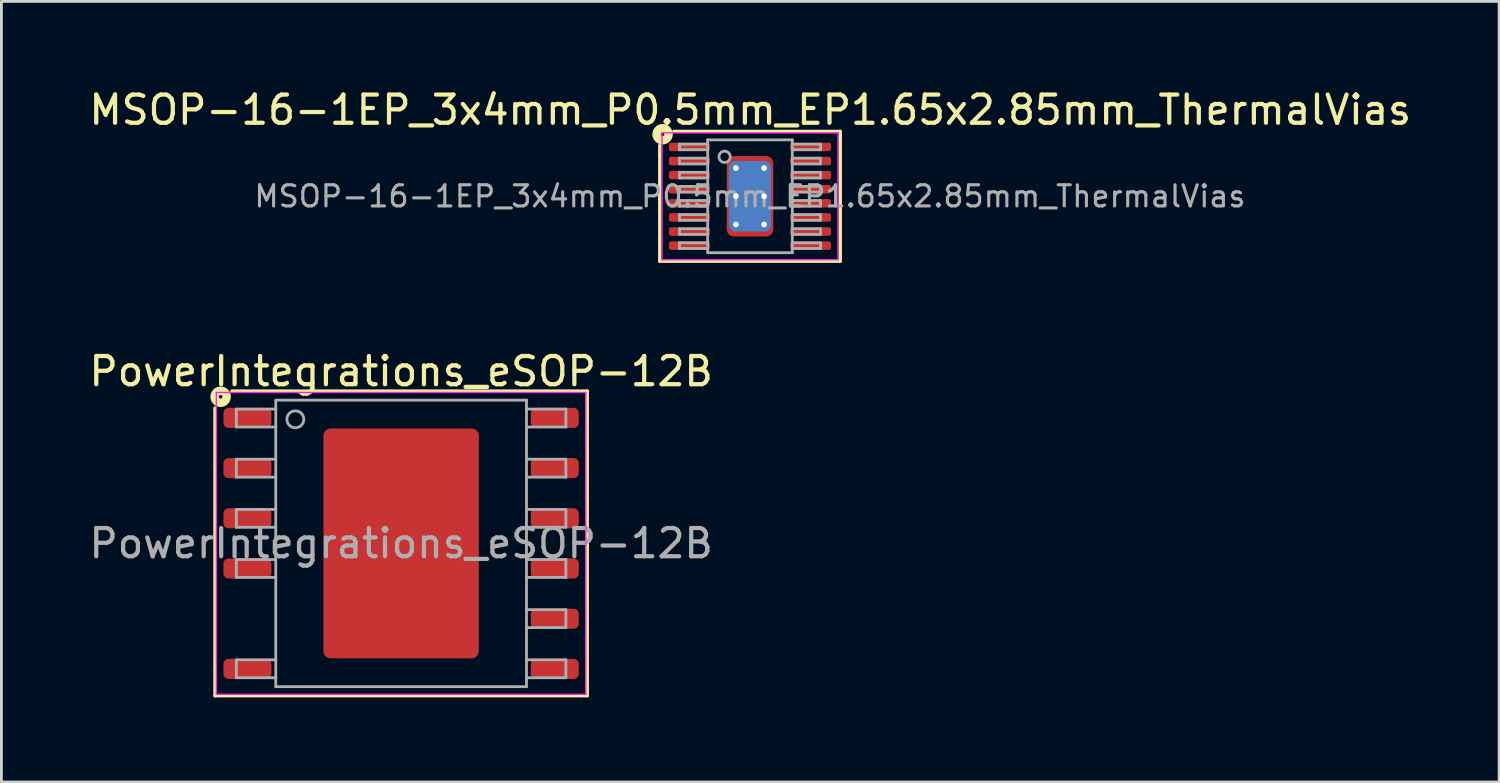
<source format=kicad_pcb>
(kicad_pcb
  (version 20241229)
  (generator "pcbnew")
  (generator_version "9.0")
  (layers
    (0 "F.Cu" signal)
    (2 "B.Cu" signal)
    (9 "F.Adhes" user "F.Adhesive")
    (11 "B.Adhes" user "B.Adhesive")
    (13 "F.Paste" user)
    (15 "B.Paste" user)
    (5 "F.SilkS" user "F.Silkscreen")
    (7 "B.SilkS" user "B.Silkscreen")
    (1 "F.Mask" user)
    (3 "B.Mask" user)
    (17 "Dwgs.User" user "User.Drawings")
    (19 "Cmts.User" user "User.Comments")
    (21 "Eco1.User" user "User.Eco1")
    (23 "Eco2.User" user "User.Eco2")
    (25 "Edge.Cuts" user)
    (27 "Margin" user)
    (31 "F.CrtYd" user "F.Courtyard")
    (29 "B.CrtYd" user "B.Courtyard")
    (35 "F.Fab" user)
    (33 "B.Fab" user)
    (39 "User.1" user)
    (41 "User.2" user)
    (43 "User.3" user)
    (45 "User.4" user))
  (footprint "MSOP-16-1EP_3x4mm_P0.5mm_EP1.65x2.85mm_ThermalVias"
    (layer "F.Cu")
    (at 23.544 3.91)
    (property "Reference" "MSOP-16-1EP_3x4mm_P0.5mm_EP1.65x2.85mm_ThermalVias" (at 0.009 -3.062 0) (layer "F.SilkS") (effects (font (size 1 1) (thickness 0.15))))
    (attr smd)
    (fp_line (start -3.2 2.3) (end -3.2 -1.8) (stroke (width 0.12) (type solid)) (layer "F.SilkS"))
    (fp_line (start -2.7 -2.3) (end 3.2 -2.3) (stroke (width 0.12) (type solid)) (layer "F.SilkS"))
    (fp_line (start 3.2 -2.3) (end 3.2 2.3) (stroke (width 0.12) (type solid)) (layer "F.SilkS"))
    (fp_line (start 3.2 2.3) (end -3.2 2.3) (stroke (width 0.12) (type solid)) (layer "F.SilkS"))
    (fp_circle (center -3.1 -2.2) (end -3.037 -2.2) (stroke (width 0.3) (type solid)) (fill no) (layer "F.SilkS"))
    (fp_line (start -3.12 -2.25) (end -3.12 2.25) (stroke (width 0.05) (type solid)) (layer "F.CrtYd"))
    (fp_line (start -3.12 2.25) (end 3.12 2.25) (stroke (width 0.05) (type solid)) (layer "F.CrtYd"))
    (fp_line (start 3.12 -2.25) (end -3.12 -2.25) (stroke (width 0.05) (type solid)) (layer "F.CrtYd"))
    (fp_line (start 3.12 2.25) (end 3.12 -2.25) (stroke (width 0.05) (type solid)) (layer "F.CrtYd"))
    (fp_line (start -2.5 -1.85) (end -2.5 -1.65) (stroke (width 0.1) (type solid)) (layer "F.Fab"))
    (fp_line (start -2.5 -1.85) (end -1.5 -1.85) (stroke (width 0.1) (type solid)) (layer "F.Fab"))
    (fp_line (start -2.5 -1.65) (end -1.5 -1.65) (stroke (width 0.1) (type solid)) (layer "F.Fab"))
    (fp_line (start -2.5 -1.35) (end -2.5 -1.15) (stroke (width 0.1) (type solid)) (layer "F.Fab"))
    (fp_line (start -2.5 -1.35) (end -1.5 -1.35) (stroke (width 0.1) (type solid)) (layer "F.Fab"))
    (fp_line (start -2.5 -1.15) (end -1.5 -1.15) (stroke (width 0.1) (type solid)) (layer "F.Fab"))
    (fp_line (start -2.5 -0.85) (end -2.5 -0.65) (stroke (width 0.1) (type solid)) (layer "F.Fab"))
    (fp_line (start -2.5 -0.85) (end -1.5 -0.85) (stroke (width 0.1) (type solid)) (layer "F.Fab"))
    (fp_line (start -2.5 -0.65) (end -1.5 -0.65) (stroke (width 0.1) (type solid)) (layer "F.Fab"))
    (fp_line (start -2.5 -0.35) (end -2.5 -0.15) (stroke (width 0.1) (type solid)) (layer "F.Fab"))
    (fp_line (start -2.5 -0.35) (end -1.5 -0.35) (stroke (width 0.1) (type solid)) (layer "F.Fab"))
    (fp_line (start -2.5 -0.15) (end -1.5 -0.15) (stroke (width 0.1) (type solid)) (layer "F.Fab"))
    (fp_line (start -2.5 0.15) (end -2.5 0.35) (stroke (width 0.1) (type solid)) (layer "F.Fab"))
    (fp_line (start -2.5 0.15) (end -1.5 0.15) (stroke (width 0.1) (type solid)) (layer "F.Fab"))
    (fp_line (start -2.5 0.35) (end -1.5 0.35) (stroke (width 0.1) (type solid)) (layer "F.Fab"))
    (fp_line (start -2.5 0.65) (end -2.5 0.85) (stroke (width 0.1) (type solid)) (layer "F.Fab"))
    (fp_line (start -2.5 0.65) (end -1.5 0.65) (stroke (width 0.1) (type solid)) (layer "F.Fab"))
    (fp_line (start -2.5 0.85) (end -1.5 0.85) (stroke (width 0.1) (type solid)) (layer "F.Fab"))
    (fp_line (start -2.5 1.15) (end -2.5 1.35) (stroke (width 0.1) (type solid)) (layer "F.Fab"))
    (fp_line (start -2.5 1.15) (end -1.5 1.15) (stroke (width 0.1) (type solid)) (layer "F.Fab"))
    (fp_line (start -2.5 1.35) (end -1.5 1.35) (stroke (width 0.1) (type solid)) (layer "F.Fab"))
    (fp_line (start -2.5 1.65) (end -2.5 1.85) (stroke (width 0.1) (type solid)) (layer "F.Fab"))
    (fp_line (start -2.5 1.65) (end -1.5 1.65) (stroke (width 0.1) (type solid)) (layer "F.Fab"))
    (fp_line (start -2.5 1.85) (end -1.5 1.85) (stroke (width 0.1) (type solid)) (layer "F.Fab"))
    (fp_line (start -1.5 -2) (end 1.5 -2) (stroke (width 0.1) (type solid)) (layer "F.Fab"))
    (fp_line (start -1.5 2) (end -1.5 -2) (stroke (width 0.1) (type solid)) (layer "F.Fab"))
    (fp_line (start 1.5 -2) (end 1.5 2) (stroke (width 0.1) (type solid)) (layer "F.Fab"))
    (fp_line (start 1.5 2) (end -1.5 2) (stroke (width 0.1) (type solid)) (layer "F.Fab"))
    (fp_line (start 2.5 -1.85) (end 1.5 -1.85) (stroke (width 0.1) (type solid)) (layer "F.Fab"))
    (fp_line (start 2.5 -1.65) (end 1.5 -1.65) (stroke (width 0.1) (type solid)) (layer "F.Fab"))
    (fp_line (start 2.5 -1.65) (end 2.5 -1.85) (stroke (width 0.1) (type solid)) (layer "F.Fab"))
    (fp_line (start 2.5 -1.35) (end 1.5 -1.35) (stroke (width 0.1) (type solid)) (layer "F.Fab"))
    (fp_line (start 2.5 -1.15) (end 1.5 -1.15) (stroke (width 0.1) (type solid)) (layer "F.Fab"))
    (fp_line (start 2.5 -1.15) (end 2.5 -1.35) (stroke (width 0.1) (type solid)) (layer "F.Fab"))
    (fp_line (start 2.5 -0.85) (end 1.5 -0.85) (stroke (width 0.1) (type solid)) (layer "F.Fab"))
    (fp_line (start 2.5 -0.65) (end 1.5 -0.65) (stroke (width 0.1) (type solid)) (layer "F.Fab"))
    (fp_line (start 2.5 -0.65) (end 2.5 -0.85) (stroke (width 0.1) (type solid)) (layer "F.Fab"))
    (fp_line (start 2.5 -0.35) (end 1.5 -0.35) (stroke (width 0.1) (type solid)) (layer "F.Fab"))
    (fp_line (start 2.5 -0.15) (end 1.5 -0.15) (stroke (width 0.1) (type solid)) (layer "F.Fab"))
    (fp_line (start 2.5 -0.15) (end 2.5 -0.35) (stroke (width 0.1) (type solid)) (layer "F.Fab"))
    (fp_line (start 2.5 0.15) (end 1.5 0.15) (stroke (width 0.1) (type solid)) (layer "F.Fab"))
    (fp_line (start 2.5 0.35) (end 1.5 0.35) (stroke (width 0.1) (type solid)) (layer "F.Fab"))
    (fp_line (start 2.5 0.35) (end 2.5 0.15) (stroke (width 0.1) (type solid)) (layer "F.Fab"))
    (fp_line (start 2.5 0.65) (end 1.5 0.65) (stroke (width 0.1) (type solid)) (layer "F.Fab"))
    (fp_line (start 2.5 0.85) (end 1.5 0.85) (stroke (width 0.1) (type solid)) (layer "F.Fab"))
    (fp_line (start 2.5 0.85) (end 2.5 0.65) (stroke (width 0.1) (type solid)) (layer "F.Fab"))
    (fp_line (start 2.5 1.15) (end 1.5 1.15) (stroke (width 0.1) (type solid)) (layer "F.Fab"))
    (fp_line (start 2.5 1.35) (end 1.5 1.35) (stroke (width 0.1) (type solid)) (layer "F.Fab"))
    (fp_line (start 2.5 1.35) (end 2.5 1.15) (stroke (width 0.1) (type solid)) (layer "F.Fab"))
    (fp_line (start 2.5 1.65) (end 1.5 1.65) (stroke (width 0.1) (type solid)) (layer "F.Fab"))
    (fp_line (start 2.5 1.85) (end 1.5 1.85) (stroke (width 0.1) (type solid)) (layer "F.Fab"))
    (fp_line (start 2.5 1.85) (end 2.5 1.65) (stroke (width 0.1) (type solid)) (layer "F.Fab"))
    (fp_circle (center -0.9 -1.4) (end -0.7 -1.4) (stroke (width 0.1) (type solid)) (fill no) (layer "F.Fab"))
    (fp_text user "${REFERENCE}" (at 0 0 0) (layer "F.Fab") (effects (font (size 0.75 0.75) (thickness 0.11))))
    (pad "" smd roundrect (at -0.41 -0.71) (size 0.69 1.19) (layers "F.Paste") (roundrect_rratio 0.25))
    (pad "" smd roundrect (at -0.41 0.71) (size 0.69 1.19) (layers "F.Paste") (roundrect_rratio 0.25))
    (pad "" smd roundrect (at 0.41 -0.71) (size 0.69 1.19) (layers "F.Paste") (roundrect_rratio 0.25))
    (pad "" smd roundrect (at 0.41 0.71) (size 0.69 1.19) (layers "F.Paste") (roundrect_rratio 0.25))
    (pad "1" smd roundrect (at -2.15 -1.75) (size 1.45 0.3) (layers "F.Cu" "F.Mask" "F.Paste") (roundrect_rratio 0.25))
    (pad "2" smd roundrect (at -2.15 -1.25) (size 1.45 0.3) (layers "F.Cu" "F.Mask" "F.Paste") (roundrect_rratio 0.25))
    (pad "3" smd roundrect (at -2.15 -0.75) (size 1.45 0.3) (layers "F.Cu" "F.Mask" "F.Paste") (roundrect_rratio 0.25))
    (pad "4" smd roundrect (at -2.15 -0.25) (size 1.45 0.3) (layers "F.Cu" "F.Mask" "F.Paste") (roundrect_rratio 0.25))
    (pad "5" smd roundrect (at -2.15 0.25) (size 1.45 0.3) (layers "F.Cu" "F.Mask" "F.Paste") (roundrect_rratio 0.25))
    (pad "6" smd roundrect (at -2.15 0.75) (size 1.45 0.3) (layers "F.Cu" "F.Mask" "F.Paste") (roundrect_rratio 0.25))
    (pad "7" smd roundrect (at -2.15 1.25) (size 1.45 0.3) (layers "F.Cu" "F.Mask" "F.Paste") (roundrect_rratio 0.25))
    (pad "8" smd roundrect (at -2.15 1.75) (size 1.45 0.3) (layers "F.Cu" "F.Mask" "F.Paste") (roundrect_rratio 0.25))
    (pad "9" smd roundrect (at 2.15 1.75) (size 1.45 0.3) (layers "F.Cu" "F.Mask" "F.Paste") (roundrect_rratio 0.25))
    (pad "10" smd roundrect (at 2.15 1.25) (size 1.45 0.3) (layers "F.Cu" "F.Mask" "F.Paste") (roundrect_rratio 0.25))
    (pad "11" smd roundrect (at 2.15 0.75) (size 1.45 0.3) (layers "F.Cu" "F.Mask" "F.Paste") (roundrect_rratio 0.25))
    (pad "12" smd roundrect (at 2.15 0.25) (size 1.45 0.3) (layers "F.Cu" "F.Mask" "F.Paste") (roundrect_rratio 0.25))
    (pad "13" smd roundrect (at 2.15 -0.25) (size 1.45 0.3) (layers "F.Cu" "F.Mask" "F.Paste") (roundrect_rratio 0.25))
    (pad "14" smd roundrect (at 2.15 -0.75) (size 1.45 0.3) (layers "F.Cu" "F.Mask" "F.Paste") (roundrect_rratio 0.25))
    (pad "15" smd roundrect (at 2.15 -1.25) (size 1.45 0.3) (layers "F.Cu" "F.Mask" "F.Paste") (roundrect_rratio 0.25))
    (pad "16" smd roundrect (at 2.15 -1.75) (size 1.45 0.3) (layers "F.Cu" "F.Mask" "F.Paste") (roundrect_rratio 0.25))
    (pad "17" thru_hole circle (at -0.5 -1) (size 0.5 0.5) (drill 0.2) (property pad_prop_heatsink) (layers "*.Cu"))
    (pad "17" thru_hole circle (at -0.5 0) (size 0.5 0.5) (drill 0.2) (property pad_prop_heatsink) (layers "*.Cu"))
    (pad "17" thru_hole circle (at -0.5 1) (size 0.5 0.5) (drill 0.2) (property pad_prop_heatsink) (layers "*.Cu"))
    (pad "17" smd roundrect (at 0 0) (size 1.5 2.5) (layers "B.Cu" "B.Mask") (roundrect_rratio 0.167))
    (pad "17" smd roundrect (at 0 0) (size 1.65 2.85) (layers "F.Cu" "F.Mask") (roundrect_rratio 0.152))
    (pad "17" thru_hole circle (at 0.5 -1) (size 0.5 0.5) (drill 0.2) (property pad_prop_heatsink) (layers "*.Cu"))
    (pad "17" thru_hole circle (at 0.5 0) (size 0.5 0.5) (drill 0.2) (property pad_prop_heatsink) (layers "*.Cu"))
    (pad "17" thru_hole circle (at 0.5 1) (size 0.5 0.5) (drill 0.2) (property pad_prop_heatsink) (layers "*.Cu")))
  (footprint "PowerIntegrations_eSOP-12B"
    (layer "F.Cu")
    (at 11.173 16.218)
    (property "Reference" "PowerIntegrations_eSOP-12B" (at 0 -6.1 0) (layer "F.SilkS") (effects (font (size 1 1) (thickness 0.15))))
    (attr smd)
    (fp_line (start -6.6 -4.8) (end -6.6 5.4) (stroke (width 0.12) (type solid)) (layer "F.SilkS"))
    (fp_line (start -6 -5.4) (end 6.6 -5.4) (stroke (width 0.12) (type solid)) (layer "F.SilkS"))
    (fp_line (start 6.6 -5.4) (end 6.6 5.4) (stroke (width 0.12) (type solid)) (layer "F.SilkS"))
    (fp_line (start 6.6 5.4) (end -6.6 5.4) (stroke (width 0.12) (type solid)) (layer "F.SilkS"))
    (fp_circle (center -6.4 -5.2) (end -6.337 -5.2) (stroke (width 0.3) (type solid)) (fill no) (layer "F.SilkS"))
    (fp_line (start -6.55 -5.35) (end 6.55 -5.35) (stroke (width 0.05) (type solid)) (layer "F.CrtYd"))
    (fp_line (start -6.55 5.35) (end -6.55 -5.35) (stroke (width 0.05) (type solid)) (layer "F.CrtYd"))
    (fp_line (start 6.55 -5.35) (end 6.55 5.35) (stroke (width 0.05) (type solid)) (layer "F.CrtYd"))
    (fp_line (start 6.55 5.35) (end -6.55 5.35) (stroke (width 0.05) (type solid)) (layer "F.CrtYd"))
    (fp_line (start -5.842 -4.763) (end -5.842 -4.128) (stroke (width 0.1) (type solid)) (layer "F.Fab"))
    (fp_line (start -5.842 -4.763) (end -4.445 -4.763) (stroke (width 0.1) (type solid)) (layer "F.Fab"))
    (fp_line (start -5.842 -4.128) (end -4.445 -4.128) (stroke (width 0.1) (type solid)) (layer "F.Fab"))
    (fp_line (start -5.842 -2.985) (end -5.842 -2.349) (stroke (width 0.1) (type solid)) (layer "F.Fab"))
    (fp_line (start -5.842 -2.985) (end -4.445 -2.985) (stroke (width 0.1) (type solid)) (layer "F.Fab"))
    (fp_line (start -5.842 -2.349) (end -4.445 -2.349) (stroke (width 0.1) (type solid)) (layer "F.Fab"))
    (fp_line (start -5.842 -1.206) (end -5.842 -0.572) (stroke (width 0.1) (type solid)) (layer "F.Fab"))
    (fp_line (start -5.842 -1.206) (end -4.445 -1.206) (stroke (width 0.1) (type solid)) (layer "F.Fab"))
    (fp_line (start -5.842 -0.572) (end -4.445 -0.572) (stroke (width 0.1) (type solid)) (layer "F.Fab"))
    (fp_line (start -5.842 0.572) (end -5.842 1.206) (stroke (width 0.1) (type solid)) (layer "F.Fab"))
    (fp_line (start -5.842 0.572) (end -4.445 0.572) (stroke (width 0.1) (type solid)) (layer "F.Fab"))
    (fp_line (start -5.842 1.206) (end -4.445 1.206) (stroke (width 0.1) (type solid)) (layer "F.Fab"))
    (fp_line (start -5.842 4.128) (end -5.842 4.763) (stroke (width 0.1) (type solid)) (layer "F.Fab"))
    (fp_line (start -5.842 4.128) (end -4.445 4.128) (stroke (width 0.1) (type solid)) (layer "F.Fab"))
    (fp_line (start -5.842 4.763) (end -4.445 4.763) (stroke (width 0.1) (type solid)) (layer "F.Fab"))
    (fp_line (start -4.445 -5.07) (end -4.445 5.08) (stroke (width 0.1) (type solid)) (layer "F.Fab"))
    (fp_line (start -4.445 5.08) (end 4.445 5.08) (stroke (width 0.1) (type solid)) (layer "F.Fab"))
    (fp_line (start 4.445 -5.08) (end -4.44 -5.08) (stroke (width 0.1) (type solid)) (layer "F.Fab"))
    (fp_line (start 4.445 5.08) (end 4.445 -5.08) (stroke (width 0.1) (type solid)) (layer "F.Fab"))
    (fp_line (start 5.842 -4.763) (end 4.445 -4.763) (stroke (width 0.1) (type solid)) (layer "F.Fab"))
    (fp_line (start 5.842 -4.128) (end 4.445 -4.128) (stroke (width 0.1) (type solid)) (layer "F.Fab"))
    (fp_line (start 5.842 -4.128) (end 5.842 -4.763) (stroke (width 0.1) (type solid)) (layer "F.Fab"))
    (fp_line (start 5.842 -2.985) (end 4.445 -2.985) (stroke (width 0.1) (type solid)) (layer "F.Fab"))
    (fp_line (start 5.842 -2.349) (end 4.445 -2.349) (stroke (width 0.1) (type solid)) (layer "F.Fab"))
    (fp_line (start 5.842 -2.349) (end 5.842 -2.985) (stroke (width 0.1) (type solid)) (layer "F.Fab"))
    (fp_line (start 5.842 -1.206) (end 4.445 -1.206) (stroke (width 0.1) (type solid)) (layer "F.Fab"))
    (fp_line (start 5.842 -0.572) (end 4.445 -0.572) (stroke (width 0.1) (type solid)) (layer "F.Fab"))
    (fp_line (start 5.842 -0.572) (end 5.842 -1.206) (stroke (width 0.1) (type solid)) (layer "F.Fab"))
    (fp_line (start 5.842 0.572) (end 4.445 0.572) (stroke (width 0.1) (type solid)) (layer "F.Fab"))
    (fp_line (start 5.842 1.206) (end 4.445 1.206) (stroke (width 0.1) (type solid)) (layer "F.Fab"))
    (fp_line (start 5.842 1.206) (end 5.842 0.572) (stroke (width 0.1) (type solid)) (layer "F.Fab"))
    (fp_line (start 5.842 2.349) (end 4.445 2.349) (stroke (width 0.1) (type solid)) (layer "F.Fab"))
    (fp_line (start 5.842 2.985) (end 4.445 2.985) (stroke (width 0.1) (type solid)) (layer "F.Fab"))
    (fp_line (start 5.842 2.985) (end 5.842 2.349) (stroke (width 0.1) (type solid)) (layer "F.Fab"))
    (fp_line (start 5.842 4.128) (end 4.445 4.128) (stroke (width 0.1) (type solid)) (layer "F.Fab"))
    (fp_line (start 5.842 4.763) (end 4.445 4.763) (stroke (width 0.1) (type solid)) (layer "F.Fab"))
    (fp_line (start 5.842 4.763) (end 5.842 4.128) (stroke (width 0.1) (type solid)) (layer "F.Fab"))
    (fp_circle (center -3.75 -4.4) (end -3.45 -4.4) (stroke (width 0.1) (type solid)) (fill no) (layer "F.Fab"))
    (fp_text user "${REFERENCE}" (at 0 0 0) (layer "F.Fab") (effects (font (size 1 1) (thickness 0.15))))
    (pad "" smd roundrect (at -1.8 -3.2 270) (size 1.3 1.5) (layers "F.Paste") (roundrect_rratio 0.192))
    (pad "" smd roundrect (at -1.8 -1.6 270) (size 1.3 1.5) (layers "F.Paste") (roundrect_rratio 0.192))
    (pad "" smd roundrect (at -1.8 0 270) (size 1.3 1.5) (layers "F.Paste") (roundrect_rratio 0.192))
    (pad "" smd roundrect (at -1.8 1.6 270) (size 1.3 1.5) (layers "F.Paste") (roundrect_rratio 0.192))
    (pad "" smd roundrect (at -1.8 3.2 270) (size 1.3 1.5) (layers "F.Paste") (roundrect_rratio 0.192))
    (pad "" smd roundrect (at 0 -3.2 270) (size 1.3 1.5) (layers "F.Paste") (roundrect_rratio 0.192))
    (pad "" smd roundrect (at 0 -1.6 270) (size 1.3 1.5) (layers "F.Paste") (roundrect_rratio 0.192))
    (pad "" smd roundrect (at 0 0 270) (size 1.3 1.5) (layers "F.Paste") (roundrect_rratio 0.192))
    (pad "" smd roundrect (at 0 1.6 270) (size 1.3 1.5) (layers "F.Paste") (roundrect_rratio 0.192))
    (pad "" smd roundrect (at 0 3.2 270) (size 1.3 1.5) (layers "F.Paste") (roundrect_rratio 0.192))
    (pad "" smd roundrect (at 1.8 -3.2 270) (size 1.3 1.5) (layers "F.Paste") (roundrect_rratio 0.192))
    (pad "" smd roundrect (at 1.8 -1.6 270) (size 1.3 1.5) (layers "F.Paste") (roundrect_rratio 0.192))
    (pad "" smd roundrect (at 1.8 0 270) (size 1.3 1.5) (layers "F.Paste") (roundrect_rratio 0.192))
    (pad "" smd roundrect (at 1.8 1.6 270) (size 1.3 1.5) (layers "F.Paste") (roundrect_rratio 0.192))
    (pad "" smd roundrect (at 1.8 3.2 270) (size 1.3 1.5) (layers "F.Paste") (roundrect_rratio 0.192))
    (pad "1" smd roundrect (at -5.45 -4.45 270) (size 0.71 1.7) (layers "F.Cu" "F.Mask" "F.Paste") (roundrect_rratio 0.25))
    (pad "2" smd roundrect (at -5.45 -2.67 270) (size 0.71 1.7) (layers "F.Cu" "F.Mask" "F.Paste") (roundrect_rratio 0.25))
    (pad "3" smd roundrect (at -5.45 -0.89 270) (size 0.71 1.7) (layers "F.Cu" "F.Mask" "F.Paste") (roundrect_rratio 0.25))
    (pad "4" smd roundrect (at -5.45 0.89 270) (size 0.71 1.7) (layers "F.Cu" "F.Mask" "F.Paste") (roundrect_rratio 0.25))
    (pad "6" smd roundrect (at -5.45 4.45 270) (size 0.71 1.7) (layers "F.Cu" "F.Mask" "F.Paste") (roundrect_rratio 0.25))
    (pad "7" smd roundrect (at 5.45 4.45 270) (size 0.71 1.7) (layers "F.Cu" "F.Mask" "F.Paste") (roundrect_rratio 0.25))
    (pad "8" smd roundrect (at 5.45 2.67 270) (size 0.71 1.7) (layers "F.Cu" "F.Mask" "F.Paste") (roundrect_rratio 0.25))
    (pad "9" smd roundrect (at 5.45 0.89 270) (size 0.71 1.7) (layers "F.Cu" "F.Mask" "F.Paste") (roundrect_rratio 0.25))
    (pad "10" smd roundrect (at 5.45 -0.89 270) (size 0.71 1.7) (layers "F.Cu" "F.Mask" "F.Paste") (roundrect_rratio 0.25))
    (pad "11" smd roundrect (at 5.45 -2.67 270) (size 0.71 1.7) (layers "F.Cu" "F.Mask" "F.Paste") (roundrect_rratio 0.25))
    (pad "12" smd roundrect (at 5.45 -4.45 270) (size 0.71 1.7) (layers "F.Cu" "F.Mask" "F.Paste") (roundrect_rratio 0.25))
    (pad "13" smd roundrect (at 0 0 270) (size 8.15 5.51) (layers "F.Cu" "F.Mask") (roundrect_rratio 0.045)))
  (gr_rect
    (start -3 -3)
    (end 50.107 24.678)
    (stroke (width 0.1) (type default))
    (fill no)
    (layer "Edge.Cuts")))
</source>
